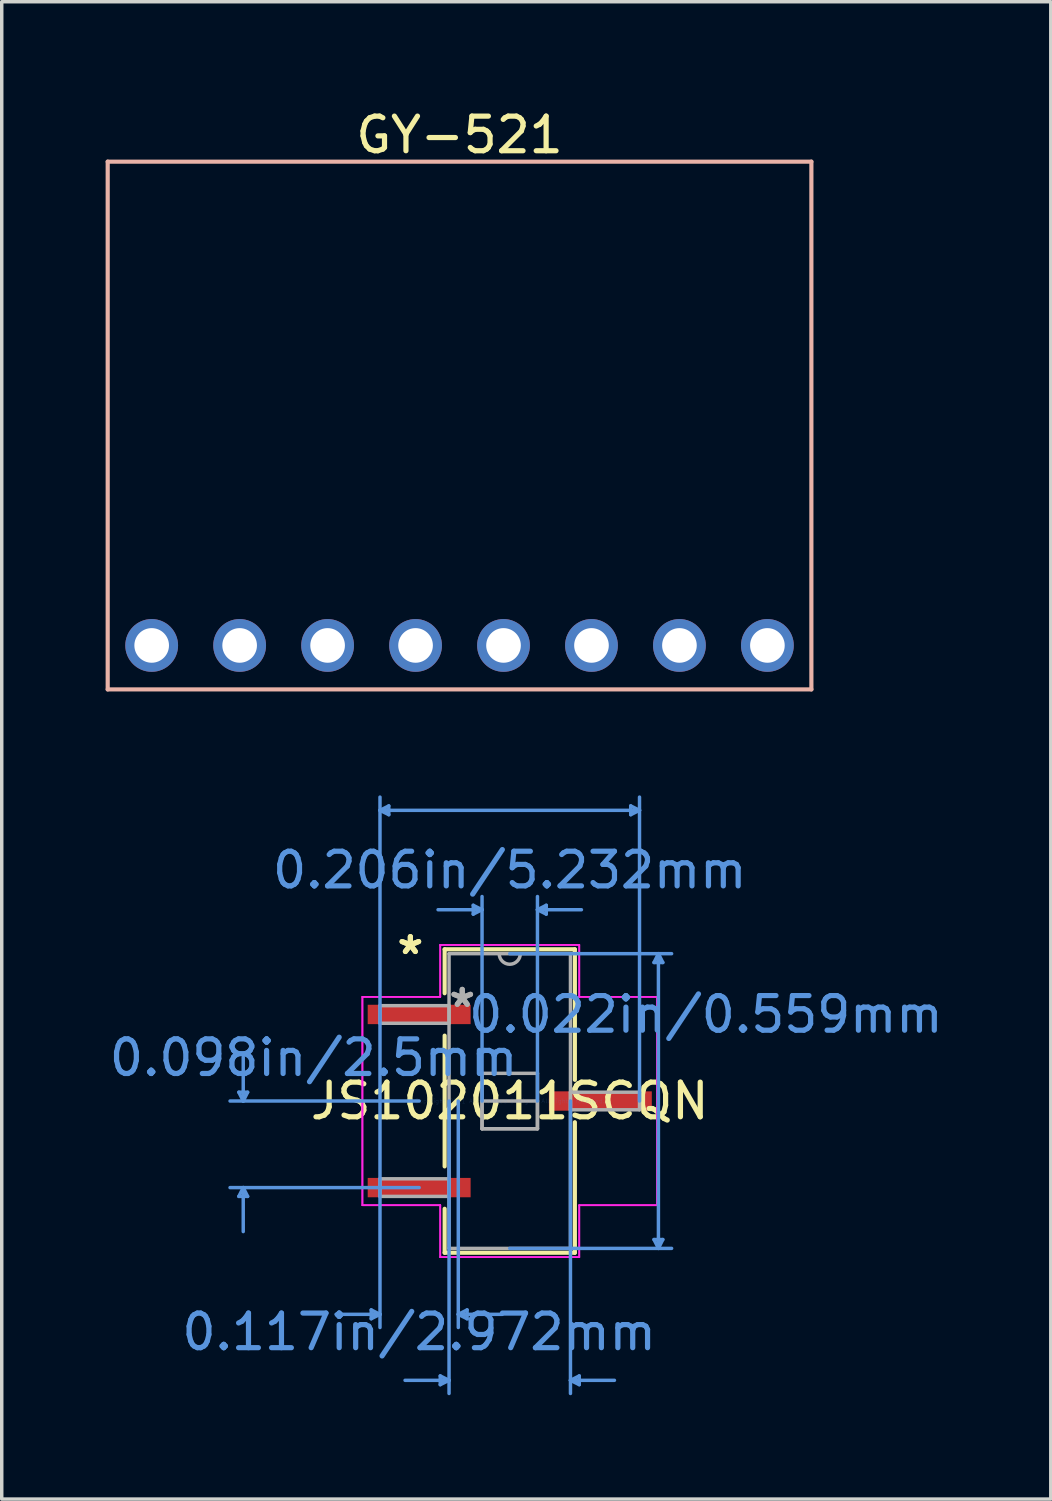
<source format=kicad_pcb>
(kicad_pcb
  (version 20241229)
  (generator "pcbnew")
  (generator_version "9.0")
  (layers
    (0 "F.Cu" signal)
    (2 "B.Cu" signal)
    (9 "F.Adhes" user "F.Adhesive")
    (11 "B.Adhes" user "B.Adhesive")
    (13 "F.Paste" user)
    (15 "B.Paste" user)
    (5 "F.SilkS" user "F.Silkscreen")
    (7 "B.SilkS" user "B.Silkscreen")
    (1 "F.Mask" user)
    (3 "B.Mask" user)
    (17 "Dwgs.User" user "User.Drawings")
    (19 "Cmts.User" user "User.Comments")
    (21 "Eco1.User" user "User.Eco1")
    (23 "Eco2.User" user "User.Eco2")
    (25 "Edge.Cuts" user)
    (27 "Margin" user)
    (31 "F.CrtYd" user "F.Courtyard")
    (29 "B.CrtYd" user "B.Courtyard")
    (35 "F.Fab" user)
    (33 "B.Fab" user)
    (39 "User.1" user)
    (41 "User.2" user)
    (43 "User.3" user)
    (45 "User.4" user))
  (footprint "GY-521"
    (layer "F.Cu")
    (at 21.65 0.348)
    (property "Reference" "GY-521" (at -11.43 0.5 0) (layer "F.SilkS") (effects (font (size 1 1) (thickness 0.15))))
    (attr through_hole)
    (fp_line (start -21.59 1.27) (end -21.59 16.51) (stroke (width 0.12) (type solid)) (layer "B.SilkS"))
    (fp_line (start -21.59 16.51) (end -1.27 16.51) (stroke (width 0.12) (type solid)) (layer "B.SilkS"))
    (fp_line (start -1.27 1.27) (end -21.59 1.27) (stroke (width 0.12) (type solid)) (layer "B.SilkS"))
    (fp_line (start -1.27 16.51) (end -1.27 1.27) (stroke (width 0.12) (type solid)) (layer "B.SilkS"))
    (pad "1" thru_hole circle (at -20.32 15.24) (size 1.524 1.524) (drill 1) (layers "*.Cu" "*.Mask"))
    (pad "2" thru_hole circle (at -17.78 15.24) (size 1.524 1.524) (drill 1) (layers "*.Cu" "*.Mask"))
    (pad "3" thru_hole circle (at -15.24 15.24) (size 1.524 1.524) (drill 1) (layers "*.Cu" "*.Mask"))
    (pad "4" thru_hole circle (at -12.7 15.24) (size 1.524 1.524) (drill 1) (layers "*.Cu" "*.Mask"))
    (pad "5" thru_hole circle (at -10.16 15.24) (size 1.524 1.524) (drill 1) (layers "*.Cu" "*.Mask"))
    (pad "6" thru_hole circle (at -7.62 15.24) (size 1.524 1.524) (drill 1) (layers "*.Cu" "*.Mask"))
    (pad "7" thru_hole circle (at -5.08 15.24) (size 1.524 1.524) (drill 1) (layers "*.Cu" "*.Mask"))
    (pad "8" thru_hole circle (at -2.54 15.24) (size 1.524 1.524) (drill 1) (layers "*.Cu" "*.Mask")))
  (footprint "JS102011SCQN"
    (layer "F.Cu")
    (at 11.67 28.744)
    (property "Reference" "JS102011SCQN" (at 0 0 0) (layer "F.SilkS") (effects (font (size 1 1) (thickness 0.15))))
    (attr through_hole)
    (fp_line (start -1.88 -4.381) (end -1.88 -3.112) (stroke (width 0.12) (type solid)) (layer "F.SilkS"))
    (fp_line (start -1.88 -1.888) (end -1.88 1.888) (stroke (width 0.12) (type solid)) (layer "F.SilkS"))
    (fp_line (start -1.88 3.112) (end -1.88 4.381) (stroke (width 0.12) (type solid)) (layer "F.SilkS"))
    (fp_line (start -1.88 4.381) (end 1.88 4.381) (stroke (width 0.12) (type solid)) (layer "F.SilkS"))
    (fp_line (start 1.88 -4.381) (end -1.88 -4.381) (stroke (width 0.12) (type solid)) (layer "F.SilkS"))
    (fp_line (start 1.88 -0.612) (end 1.88 -4.381) (stroke (width 0.12) (type solid)) (layer "F.SilkS"))
    (fp_line (start 1.88 4.381) (end 1.88 0.612) (stroke (width 0.12) (type solid)) (layer "F.SilkS"))
    (fp_line (start -7.823 -0.254) (end -7.569 -0.254) (stroke (width 0.1) (type solid)) (layer "Cmts.User"))
    (fp_line (start -7.823 2.754) (end -7.569 2.754) (stroke (width 0.1) (type solid)) (layer "Cmts.User"))
    (fp_line (start -7.696 0) (end -7.823 -0.254) (stroke (width 0.1) (type solid)) (layer "Cmts.User"))
    (fp_line (start -7.696 0) (end -7.696 -1.27) (stroke (width 0.1) (type solid)) (layer "Cmts.User"))
    (fp_line (start -7.696 0) (end -7.569 -0.254) (stroke (width 0.1) (type solid)) (layer "Cmts.User"))
    (fp_line (start -7.696 2.5) (end -7.823 2.754) (stroke (width 0.1) (type solid)) (layer "Cmts.User"))
    (fp_line (start -7.696 2.5) (end -7.696 3.77) (stroke (width 0.1) (type solid)) (layer "Cmts.User"))
    (fp_line (start -7.696 2.5) (end -7.569 2.754) (stroke (width 0.1) (type solid)) (layer "Cmts.User"))
    (fp_line (start -4 6.032) (end -4 6.287) (stroke (width 0.1) (type solid)) (layer "Cmts.User"))
    (fp_line (start -3.747 -8.395) (end -3.493 -8.522) (stroke (width 0.1) (type solid)) (layer "Cmts.User"))
    (fp_line (start -3.747 -8.395) (end -3.493 -8.268) (stroke (width 0.1) (type solid)) (layer "Cmts.User"))
    (fp_line (start -3.747 -8.395) (end 3.747 -8.395) (stroke (width 0.1) (type solid)) (layer "Cmts.User"))
    (fp_line (start -3.747 0) (end -3.747 -8.776) (stroke (width 0.1) (type solid)) (layer "Cmts.User"))
    (fp_line (start -3.747 0) (end -3.747 6.54) (stroke (width 0.1) (type solid)) (layer "Cmts.User"))
    (fp_line (start -3.747 6.16) (end -5.016 6.16) (stroke (width 0.1) (type solid)) (layer "Cmts.User"))
    (fp_line (start -3.747 6.16) (end -4 6.032) (stroke (width 0.1) (type solid)) (layer "Cmts.User"))
    (fp_line (start -3.747 6.16) (end -4 6.287) (stroke (width 0.1) (type solid)) (layer "Cmts.User"))
    (fp_line (start -3.493 -8.522) (end -3.493 -8.268) (stroke (width 0.1) (type solid)) (layer "Cmts.User"))
    (fp_line (start -2.616 0) (end -8.077 0) (stroke (width 0.1) (type solid)) (layer "Cmts.User"))
    (fp_line (start -2.616 2.5) (end -8.077 2.5) (stroke (width 0.1) (type solid)) (layer "Cmts.User"))
    (fp_line (start -2.007 7.938) (end -2.007 8.191) (stroke (width 0.1) (type solid)) (layer "Cmts.User"))
    (fp_line (start -1.753 0) (end -1.753 8.445) (stroke (width 0.1) (type solid)) (layer "Cmts.User"))
    (fp_line (start -1.753 8.065) (end -3.023 8.065) (stroke (width 0.1) (type solid)) (layer "Cmts.User"))
    (fp_line (start -1.753 8.065) (end -2.007 7.938) (stroke (width 0.1) (type solid)) (layer "Cmts.User"))
    (fp_line (start -1.753 8.065) (end -2.007 8.191) (stroke (width 0.1) (type solid)) (layer "Cmts.User"))
    (fp_line (start -1.486 0) (end -1.486 6.54) (stroke (width 0.1) (type solid)) (layer "Cmts.User"))
    (fp_line (start -1.486 6.16) (end -1.232 6.032) (stroke (width 0.1) (type solid)) (layer "Cmts.User"))
    (fp_line (start -1.486 6.16) (end -1.232 6.287) (stroke (width 0.1) (type solid)) (layer "Cmts.User"))
    (fp_line (start -1.486 6.16) (end -0.216 6.16) (stroke (width 0.1) (type solid)) (layer "Cmts.User"))
    (fp_line (start -1.232 6.032) (end -1.232 6.287) (stroke (width 0.1) (type solid)) (layer "Cmts.User"))
    (fp_line (start -1.054 -5.652) (end -1.054 -5.397) (stroke (width 0.1) (type solid)) (layer "Cmts.User"))
    (fp_line (start -0.8 -5.524) (end -2.07 -5.524) (stroke (width 0.1) (type solid)) (layer "Cmts.User"))
    (fp_line (start -0.8 -5.524) (end -1.054 -5.652) (stroke (width 0.1) (type solid)) (layer "Cmts.User"))
    (fp_line (start -0.8 -5.524) (end -1.054 -5.397) (stroke (width 0.1) (type solid)) (layer "Cmts.User"))
    (fp_line (start -0.8 0) (end -0.8 -5.905) (stroke (width 0.1) (type solid)) (layer "Cmts.User"))
    (fp_line (start 0 -4.255) (end 4.674 -4.255) (stroke (width 0.1) (type solid)) (layer "Cmts.User"))
    (fp_line (start 0 4.255) (end 4.674 4.255) (stroke (width 0.1) (type solid)) (layer "Cmts.User"))
    (fp_line (start 0.8 -5.524) (end 1.054 -5.652) (stroke (width 0.1) (type solid)) (layer "Cmts.User"))
    (fp_line (start 0.8 -5.524) (end 1.054 -5.397) (stroke (width 0.1) (type solid)) (layer "Cmts.User"))
    (fp_line (start 0.8 -5.524) (end 2.07 -5.524) (stroke (width 0.1) (type solid)) (layer "Cmts.User"))
    (fp_line (start 0.8 0) (end 0.8 -5.905) (stroke (width 0.1) (type solid)) (layer "Cmts.User"))
    (fp_line (start 1.054 -5.652) (end 1.054 -5.397) (stroke (width 0.1) (type solid)) (layer "Cmts.User"))
    (fp_line (start 1.753 0) (end 1.753 8.445) (stroke (width 0.1) (type solid)) (layer "Cmts.User"))
    (fp_line (start 1.753 8.065) (end 2.007 7.938) (stroke (width 0.1) (type solid)) (layer "Cmts.User"))
    (fp_line (start 1.753 8.065) (end 2.007 8.191) (stroke (width 0.1) (type solid)) (layer "Cmts.User"))
    (fp_line (start 1.753 8.065) (end 3.023 8.065) (stroke (width 0.1) (type solid)) (layer "Cmts.User"))
    (fp_line (start 2.007 7.938) (end 2.007 8.191) (stroke (width 0.1) (type solid)) (layer "Cmts.User"))
    (fp_line (start 3.493 -8.522) (end 3.493 -8.268) (stroke (width 0.1) (type solid)) (layer "Cmts.User"))
    (fp_line (start 3.747 -8.395) (end 3.493 -8.522) (stroke (width 0.1) (type solid)) (layer "Cmts.User"))
    (fp_line (start 3.747 -8.395) (end 3.493 -8.268) (stroke (width 0.1) (type solid)) (layer "Cmts.User"))
    (fp_line (start 3.747 0) (end 3.747 -8.776) (stroke (width 0.1) (type solid)) (layer "Cmts.User"))
    (fp_line (start 4.166 -4) (end 4.42 -4) (stroke (width 0.1) (type solid)) (layer "Cmts.User"))
    (fp_line (start 4.166 4) (end 4.42 4) (stroke (width 0.1) (type solid)) (layer "Cmts.User"))
    (fp_line (start 4.293 -4.255) (end 4.166 -4) (stroke (width 0.1) (type solid)) (layer "Cmts.User"))
    (fp_line (start 4.293 -4.255) (end 4.293 4.255) (stroke (width 0.1) (type solid)) (layer "Cmts.User"))
    (fp_line (start 4.293 -4.255) (end 4.42 -4) (stroke (width 0.1) (type solid)) (layer "Cmts.User"))
    (fp_line (start 4.293 4.255) (end 4.166 4) (stroke (width 0.1) (type solid)) (layer "Cmts.User"))
    (fp_line (start 4.293 4.255) (end 4.42 4) (stroke (width 0.1) (type solid)) (layer "Cmts.User"))
    (fp_line (start -4.255 -3.008) (end -2.007 -3.008) (stroke (width 0.05) (type solid)) (layer "F.CrtYd"))
    (fp_line (start -4.255 -3.008) (end -2.007 -3.008) (stroke (width 0.05) (type solid)) (layer "F.CrtYd"))
    (fp_line (start -4.255 3.008) (end -4.255 -3.008) (stroke (width 0.05) (type solid)) (layer "F.CrtYd"))
    (fp_line (start -4.255 3.008) (end -4.255 -3.008) (stroke (width 0.05) (type solid)) (layer "F.CrtYd"))
    (fp_line (start -2.007 -4.508) (end 2.007 -4.508) (stroke (width 0.05) (type solid)) (layer "F.CrtYd"))
    (fp_line (start -2.007 -4.508) (end 2.007 -4.508) (stroke (width 0.05) (type solid)) (layer "F.CrtYd"))
    (fp_line (start -2.007 -3.008) (end -2.007 -4.508) (stroke (width 0.05) (type solid)) (layer "F.CrtYd"))
    (fp_line (start -2.007 -3.008) (end -2.007 -4.508) (stroke (width 0.05) (type solid)) (layer "F.CrtYd"))
    (fp_line (start -2.007 3.008) (end -4.255 3.008) (stroke (width 0.05) (type solid)) (layer "F.CrtYd"))
    (fp_line (start -2.007 3.008) (end -4.255 3.008) (stroke (width 0.05) (type solid)) (layer "F.CrtYd"))
    (fp_line (start -2.007 4.508) (end -2.007 3.008) (stroke (width 0.05) (type solid)) (layer "F.CrtYd"))
    (fp_line (start -2.007 4.508) (end -2.007 3.008) (stroke (width 0.05) (type solid)) (layer "F.CrtYd"))
    (fp_line (start 2.007 -4.508) (end 2.007 -3.008) (stroke (width 0.05) (type solid)) (layer "F.CrtYd"))
    (fp_line (start 2.007 -4.508) (end 2.007 -3.008) (stroke (width 0.05) (type solid)) (layer "F.CrtYd"))
    (fp_line (start 2.007 -3.008) (end 4.255 -3.008) (stroke (width 0.05) (type solid)) (layer "F.CrtYd"))
    (fp_line (start 2.007 -3.008) (end 4.255 -3.008) (stroke (width 0.05) (type solid)) (layer "F.CrtYd"))
    (fp_line (start 2.007 3.008) (end 2.007 4.508) (stroke (width 0.05) (type solid)) (layer "F.CrtYd"))
    (fp_line (start 2.007 3.008) (end 2.007 4.508) (stroke (width 0.05) (type solid)) (layer "F.CrtYd"))
    (fp_line (start 2.007 4.508) (end -2.007 4.508) (stroke (width 0.05) (type solid)) (layer "F.CrtYd"))
    (fp_line (start 2.007 4.508) (end -2.007 4.508) (stroke (width 0.05) (type solid)) (layer "F.CrtYd"))
    (fp_line (start 4.255 -3.008) (end 4.255 3.008) (stroke (width 0.05) (type solid)) (layer "F.CrtYd"))
    (fp_line (start 4.255 -3.008) (end 4.255 3.008) (stroke (width 0.05) (type solid)) (layer "F.CrtYd"))
    (fp_line (start 4.255 3.008) (end 2.007 3.008) (stroke (width 0.05) (type solid)) (layer "F.CrtYd"))
    (fp_line (start 4.255 3.008) (end 2.007 3.008) (stroke (width 0.05) (type solid)) (layer "F.CrtYd"))
    (fp_line (start -3.747 -2.754) (end -3.747 -2.246) (stroke (width 0.1) (type solid)) (layer "F.Fab"))
    (fp_line (start -3.747 -2.246) (end -1.753 -2.246) (stroke (width 0.1) (type solid)) (layer "F.Fab"))
    (fp_line (start -3.747 2.246) (end -3.747 2.754) (stroke (width 0.1) (type solid)) (layer "F.Fab"))
    (fp_line (start -3.747 2.754) (end -1.753 2.754) (stroke (width 0.1) (type solid)) (layer "F.Fab"))
    (fp_line (start -1.753 -4.255) (end -1.753 4.255) (stroke (width 0.1) (type solid)) (layer "F.Fab"))
    (fp_line (start -1.753 -2.754) (end -3.747 -2.754) (stroke (width 0.1) (type solid)) (layer "F.Fab"))
    (fp_line (start -1.753 -2.246) (end -1.753 -2.754) (stroke (width 0.1) (type solid)) (layer "F.Fab"))
    (fp_line (start -1.753 2.246) (end -3.747 2.246) (stroke (width 0.1) (type solid)) (layer "F.Fab"))
    (fp_line (start -1.753 2.754) (end -1.753 2.246) (stroke (width 0.1) (type solid)) (layer "F.Fab"))
    (fp_line (start -1.753 4.255) (end 1.753 4.255) (stroke (width 0.1) (type solid)) (layer "F.Fab"))
    (fp_line (start -0.8 -0.8) (end 0.8 -0.8) (stroke (width 0.1) (type solid)) (layer "F.Fab"))
    (fp_line (start -0.8 0) (end 0.8 0) (stroke (width 0.1) (type solid)) (layer "F.Fab"))
    (fp_line (start -0.8 0.8) (end -0.8 -0.8) (stroke (width 0.1) (type solid)) (layer "F.Fab"))
    (fp_line (start -0.8 0.8) (end -0.8 0) (stroke (width 0.1) (type solid)) (layer "F.Fab"))
    (fp_line (start 0.8 -0.8) (end 0.8 0.8) (stroke (width 0.1) (type solid)) (layer "F.Fab"))
    (fp_line (start 0.8 0) (end 0.8 0.8) (stroke (width 0.1) (type solid)) (layer "F.Fab"))
    (fp_line (start 0.8 0.8) (end -0.8 0.8) (stroke (width 0.1) (type solid)) (layer "F.Fab"))
    (fp_line (start 0.8 0.8) (end -0.8 0.8) (stroke (width 0.1) (type solid)) (layer "F.Fab"))
    (fp_line (start 1.753 -4.255) (end -1.753 -4.255) (stroke (width 0.1) (type solid)) (layer "F.Fab"))
    (fp_line (start 1.753 -0.254) (end 1.753 0.254) (stroke (width 0.1) (type solid)) (layer "F.Fab"))
    (fp_line (start 1.753 0.254) (end 3.747 0.254) (stroke (width 0.1) (type solid)) (layer "F.Fab"))
    (fp_line (start 1.753 4.255) (end 1.753 -4.255) (stroke (width 0.1) (type solid)) (layer "F.Fab"))
    (fp_line (start 3.747 -0.254) (end 1.753 -0.254) (stroke (width 0.1) (type solid)) (layer "F.Fab"))
    (fp_line (start 3.747 0.254) (end 3.747 -0.254) (stroke (width 0.1) (type solid)) (layer "F.Fab"))
    (fp_arc (start 0.3048 -4.2545) (mid 0 -3.9497) (end -0.3048 -4.2545) (stroke (width 0.1) (type solid)) (layer "F.Fab"))
    (fp_text user "*" (at -2.87 -4.202 0) (layer "F.SilkS") (effects (font (size 1 1) (thickness 0.15))))
    (fp_text user "*" (at -2.87 -4.202 0) (layer "F.SilkS") (effects (font (size 1 1) (thickness 0.15))))
    (fp_text user "0.022in/0.559mm" (at 5.664 -2.5 0) (layer "Cmts.User") (effects (font (size 1 1) (thickness 0.15))))
    (fp_text user "0.098in/2.5mm" (at -5.664 -1.25 0) (layer "Cmts.User") (effects (font (size 1 1) (thickness 0.15))))
    (fp_text user "0.117in/2.972mm" (at -2.616 6.668 0) (layer "Cmts.User") (effects (font (size 1 1) (thickness 0.15))))
    (fp_text user "0.206in/5.232mm" (at 0 -6.668 0) (layer "Cmts.User") (effects (font (size 1 1) (thickness 0.15))))
    (fp_text user "Copyright 2021 Accelerated Designs. All rights reserved." (at 0 0 0) (layer "Cmts.User") (effects (font (size 0.127 0.127) (thickness 0.002))))
    (fp_text user "*" (at -1.372 -2.678 0) (layer "F.Fab") (effects (font (size 1 1) (thickness 0.15))))
    (fp_text user "*" (at -1.372 -2.678 0) (layer "F.Fab") (effects (font (size 1 1) (thickness 0.15))))
    (pad "1" smd rect (at -2.616 -2.5) (size 2.972 0.559) (layers "F.Cu" "F.Mask" "F.Paste"))
    (pad "2" smd rect (at 2.616 0) (size 2.972 0.559) (layers "F.Cu" "F.Mask" "F.Paste"))
    (pad "3" smd rect (at -2.616 2.5) (size 2.972 0.559) (layers "F.Cu" "F.Mask" "F.Paste")))
  (gr_rect
    (start -3 -3)
    (end 27.293 40.239)
    (stroke (width 0.1) (type default))
    (fill no)
    (layer "Edge.Cuts")))
</source>
